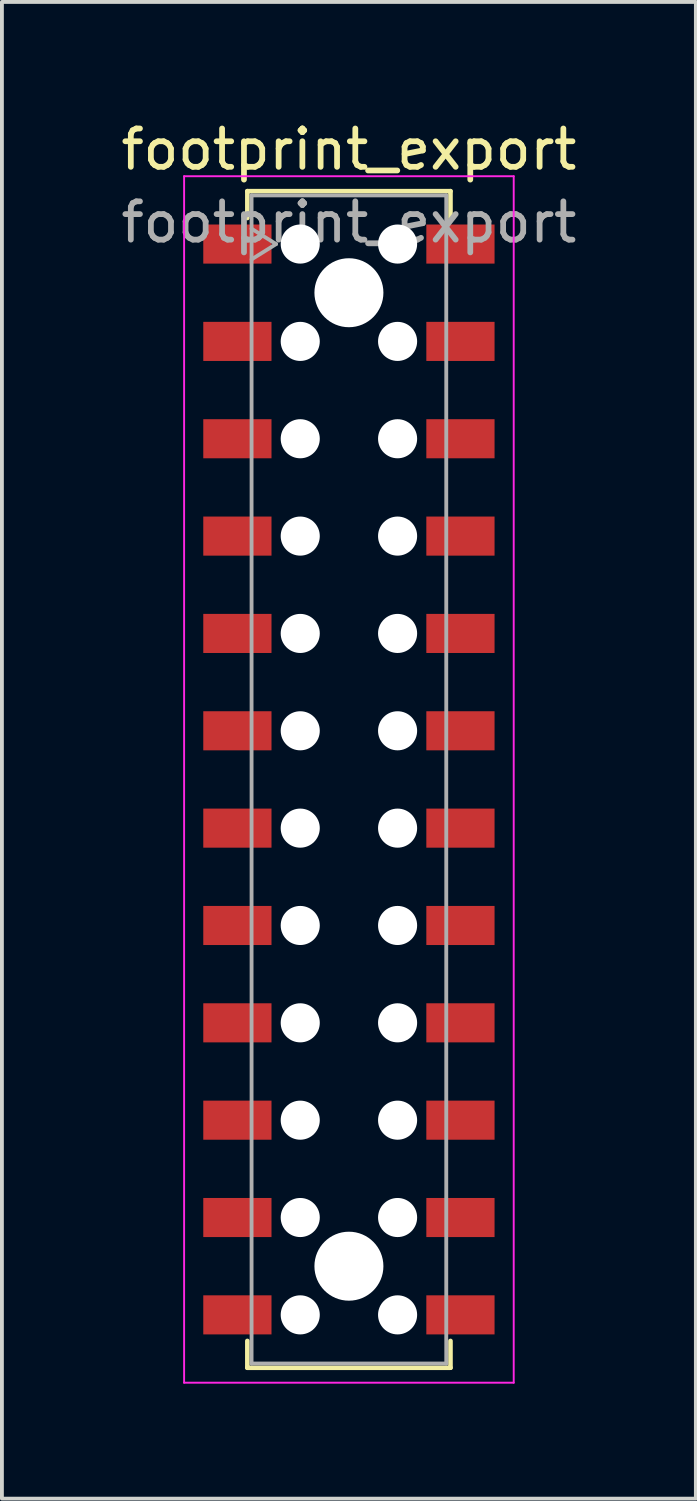
<source format=kicad_pcb>
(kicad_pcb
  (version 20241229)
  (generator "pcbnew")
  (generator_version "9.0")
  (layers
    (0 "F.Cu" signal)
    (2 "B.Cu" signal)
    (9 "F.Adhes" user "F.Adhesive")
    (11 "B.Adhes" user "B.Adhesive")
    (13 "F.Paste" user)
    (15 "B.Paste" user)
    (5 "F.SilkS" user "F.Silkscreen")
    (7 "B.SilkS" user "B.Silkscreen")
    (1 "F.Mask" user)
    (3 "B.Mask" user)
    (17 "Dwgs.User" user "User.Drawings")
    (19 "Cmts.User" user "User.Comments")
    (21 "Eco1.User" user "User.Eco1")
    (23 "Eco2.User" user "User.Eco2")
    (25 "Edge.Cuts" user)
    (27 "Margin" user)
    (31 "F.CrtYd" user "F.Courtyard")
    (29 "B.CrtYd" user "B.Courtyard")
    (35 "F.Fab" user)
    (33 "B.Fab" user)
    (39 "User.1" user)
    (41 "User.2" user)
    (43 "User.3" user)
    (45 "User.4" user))
  (footprint "footprint_export"
    (layer "F.Cu")
    (at 6.054 17.288)
    (property "Reference" "footprint_export" (at 0 -16.44 0) (layer "F.SilkS") (effects (font (size 1 1) (thickness 0.15))))
    (attr smd)
    (fp_line (start -2.65 -15.35) (end 2.65 -15.35) (stroke (width 0.12) (type solid)) (layer "F.SilkS"))
    (fp_line (start -2.65 -14.65) (end -2.65 -15.35) (stroke (width 0.12) (type solid)) (layer "F.SilkS"))
    (fp_line (start -2.65 14.65) (end -2.65 15.35) (stroke (width 0.12) (type solid)) (layer "F.SilkS"))
    (fp_line (start -2.65 15.35) (end 2.65 15.35) (stroke (width 0.12) (type solid)) (layer "F.SilkS"))
    (fp_line (start 2.65 -15.35) (end 2.65 -14.65) (stroke (width 0.12) (type solid)) (layer "F.SilkS"))
    (fp_line (start 2.65 15.35) (end 2.65 14.65) (stroke (width 0.12) (type solid)) (layer "F.SilkS"))
    (fp_line (start -4.3 -15.74) (end 4.3 -15.74) (stroke (width 0.05) (type solid)) (layer "F.CrtYd"))
    (fp_line (start -4.3 15.74) (end -4.3 -15.74) (stroke (width 0.05) (type solid)) (layer "F.CrtYd"))
    (fp_line (start 4.3 -15.74) (end 4.3 15.74) (stroke (width 0.05) (type solid)) (layer "F.CrtYd"))
    (fp_line (start 4.3 15.74) (end -4.3 15.74) (stroke (width 0.05) (type solid)) (layer "F.CrtYd"))
    (fp_line (start -2.54 -15.24) (end 2.54 -15.24) (stroke (width 0.1) (type solid)) (layer "F.Fab"))
    (fp_line (start -2.54 -14.37) (end -1.9 -13.97) (stroke (width 0.1) (type solid)) (layer "F.Fab"))
    (fp_line (start -2.54 15.24) (end -2.54 -15.24) (stroke (width 0.1) (type solid)) (layer "F.Fab"))
    (fp_line (start -1.9 -13.97) (end -2.54 -13.57) (stroke (width 0.1) (type solid)) (layer "F.Fab"))
    (fp_line (start 2.54 -15.24) (end 2.54 15.24) (stroke (width 0.1) (type solid)) (layer "F.Fab"))
    (fp_line (start 2.54 15.24) (end -2.54 15.24) (stroke (width 0.1) (type solid)) (layer "F.Fab"))
    (fp_text user "${REFERENCE}" (at 0 -14.54 0) (layer "F.Fab") (effects (font (size 1 1) (thickness 0.15))))
    (pad "" np_thru_hole circle (at -1.27 -13.97) (size 1.02 1.02) (drill 1.02) (layers "*.Cu" "*.Mask"))
    (pad "" np_thru_hole circle (at -1.27 -11.43) (size 1.02 1.02) (drill 1.02) (layers "*.Cu" "*.Mask"))
    (pad "" np_thru_hole circle (at -1.27 -8.89) (size 1.02 1.02) (drill 1.02) (layers "*.Cu" "*.Mask"))
    (pad "" np_thru_hole circle (at -1.27 -6.35) (size 1.02 1.02) (drill 1.02) (layers "*.Cu" "*.Mask"))
    (pad "" np_thru_hole circle (at -1.27 -3.81) (size 1.02 1.02) (drill 1.02) (layers "*.Cu" "*.Mask"))
    (pad "" np_thru_hole circle (at -1.27 -1.27) (size 1.02 1.02) (drill 1.02) (layers "*.Cu" "*.Mask"))
    (pad "" np_thru_hole circle (at -1.27 1.27) (size 1.02 1.02) (drill 1.02) (layers "*.Cu" "*.Mask"))
    (pad "" np_thru_hole circle (at -1.27 3.81) (size 1.02 1.02) (drill 1.02) (layers "*.Cu" "*.Mask"))
    (pad "" np_thru_hole circle (at -1.27 6.35) (size 1.02 1.02) (drill 1.02) (layers "*.Cu" "*.Mask"))
    (pad "" np_thru_hole circle (at -1.27 8.89) (size 1.02 1.02) (drill 1.02) (layers "*.Cu" "*.Mask"))
    (pad "" np_thru_hole circle (at -1.27 11.43) (size 1.02 1.02) (drill 1.02) (layers "*.Cu" "*.Mask"))
    (pad "" np_thru_hole circle (at -1.27 13.97) (size 1.02 1.02) (drill 1.02) (layers "*.Cu" "*.Mask"))
    (pad "" np_thru_hole circle (at 0 -12.7) (size 1.8 1.8) (drill 1.8) (layers "*.Cu" "*.Mask"))
    (pad "" np_thru_hole circle (at 0 12.7) (size 1.8 1.8) (drill 1.8) (layers "*.Cu" "*.Mask"))
    (pad "" np_thru_hole circle (at 1.27 -13.97) (size 1.02 1.02) (drill 1.02) (layers "*.Cu" "*.Mask"))
    (pad "" np_thru_hole circle (at 1.27 -11.43) (size 1.02 1.02) (drill 1.02) (layers "*.Cu" "*.Mask"))
    (pad "" np_thru_hole circle (at 1.27 -8.89) (size 1.02 1.02) (drill 1.02) (layers "*.Cu" "*.Mask"))
    (pad "" np_thru_hole circle (at 1.27 -6.35) (size 1.02 1.02) (drill 1.02) (layers "*.Cu" "*.Mask"))
    (pad "" np_thru_hole circle (at 1.27 -3.81) (size 1.02 1.02) (drill 1.02) (layers "*.Cu" "*.Mask"))
    (pad "" np_thru_hole circle (at 1.27 -1.27) (size 1.02 1.02) (drill 1.02) (layers "*.Cu" "*.Mask"))
    (pad "" np_thru_hole circle (at 1.27 1.27) (size 1.02 1.02) (drill 1.02) (layers "*.Cu" "*.Mask"))
    (pad "" np_thru_hole circle (at 1.27 3.81) (size 1.02 1.02) (drill 1.02) (layers "*.Cu" "*.Mask"))
    (pad "" np_thru_hole circle (at 1.27 6.35) (size 1.02 1.02) (drill 1.02) (layers "*.Cu" "*.Mask"))
    (pad "" np_thru_hole circle (at 1.27 8.89) (size 1.02 1.02) (drill 1.02) (layers "*.Cu" "*.Mask"))
    (pad "" np_thru_hole circle (at 1.27 11.43) (size 1.02 1.02) (drill 1.02) (layers "*.Cu" "*.Mask"))
    (pad "" np_thru_hole circle (at 1.27 13.97) (size 1.02 1.02) (drill 1.02) (layers "*.Cu" "*.Mask"))
    (pad "1" smd rect (at -2.91 -13.97) (size 1.78 1.02) (layers "F.Cu" "F.Mask" "F.Paste"))
    (pad "2" smd rect (at -2.91 -11.43) (size 1.78 1.02) (layers "F.Cu" "F.Mask" "F.Paste"))
    (pad "3" smd rect (at -2.91 -8.89) (size 1.78 1.02) (layers "F.Cu" "F.Mask" "F.Paste"))
    (pad "4" smd rect (at -2.91 -6.35) (size 1.78 1.02) (layers "F.Cu" "F.Mask" "F.Paste"))
    (pad "5" smd rect (at -2.91 -3.81) (size 1.78 1.02) (layers "F.Cu" "F.Mask" "F.Paste"))
    (pad "6" smd rect (at -2.91 -1.27) (size 1.78 1.02) (layers "F.Cu" "F.Mask" "F.Paste"))
    (pad "7" smd rect (at -2.91 1.27) (size 1.78 1.02) (layers "F.Cu" "F.Mask" "F.Paste"))
    (pad "8" smd rect (at -2.91 3.81) (size 1.78 1.02) (layers "F.Cu" "F.Mask" "F.Paste"))
    (pad "9" smd rect (at -2.91 6.35) (size 1.78 1.02) (layers "F.Cu" "F.Mask" "F.Paste"))
    (pad "10" smd rect (at -2.91 8.89) (size 1.78 1.02) (layers "F.Cu" "F.Mask" "F.Paste"))
    (pad "11" smd rect (at -2.91 11.43) (size 1.78 1.02) (layers "F.Cu" "F.Mask" "F.Paste"))
    (pad "12" smd rect (at -2.91 13.97) (size 1.78 1.02) (layers "F.Cu" "F.Mask" "F.Paste"))
    (pad "13" smd rect (at 2.91 -13.97) (size 1.78 1.02) (layers "F.Cu" "F.Mask" "F.Paste"))
    (pad "14" smd rect (at 2.91 -11.43) (size 1.78 1.02) (layers "F.Cu" "F.Mask" "F.Paste"))
    (pad "15" smd rect (at 2.91 -8.89) (size 1.78 1.02) (layers "F.Cu" "F.Mask" "F.Paste"))
    (pad "16" smd rect (at 2.91 -6.35) (size 1.78 1.02) (layers "F.Cu" "F.Mask" "F.Paste"))
    (pad "17" smd rect (at 2.91 -3.81) (size 1.78 1.02) (layers "F.Cu" "F.Mask" "F.Paste"))
    (pad "18" smd rect (at 2.91 -1.27) (size 1.78 1.02) (layers "F.Cu" "F.Mask" "F.Paste"))
    (pad "19" smd rect (at 2.91 1.27) (size 1.78 1.02) (layers "F.Cu" "F.Mask" "F.Paste"))
    (pad "20" smd rect (at 2.91 3.81) (size 1.78 1.02) (layers "F.Cu" "F.Mask" "F.Paste"))
    (pad "21" smd rect (at 2.91 6.35) (size 1.78 1.02) (layers "F.Cu" "F.Mask" "F.Paste"))
    (pad "22" smd rect (at 2.91 8.89) (size 1.78 1.02) (layers "F.Cu" "F.Mask" "F.Paste"))
    (pad "23" smd rect (at 2.91 11.43) (size 1.78 1.02) (layers "F.Cu" "F.Mask" "F.Paste"))
    (pad "24" smd rect (at 2.91 13.97) (size 1.78 1.02) (layers "F.Cu" "F.Mask" "F.Paste")))
  (gr_rect
    (start -3 -3)
    (end 15.107 36.053)
    (stroke (width 0.1) (type default))
    (fill no)
    (layer "Edge.Cuts")))
</source>
